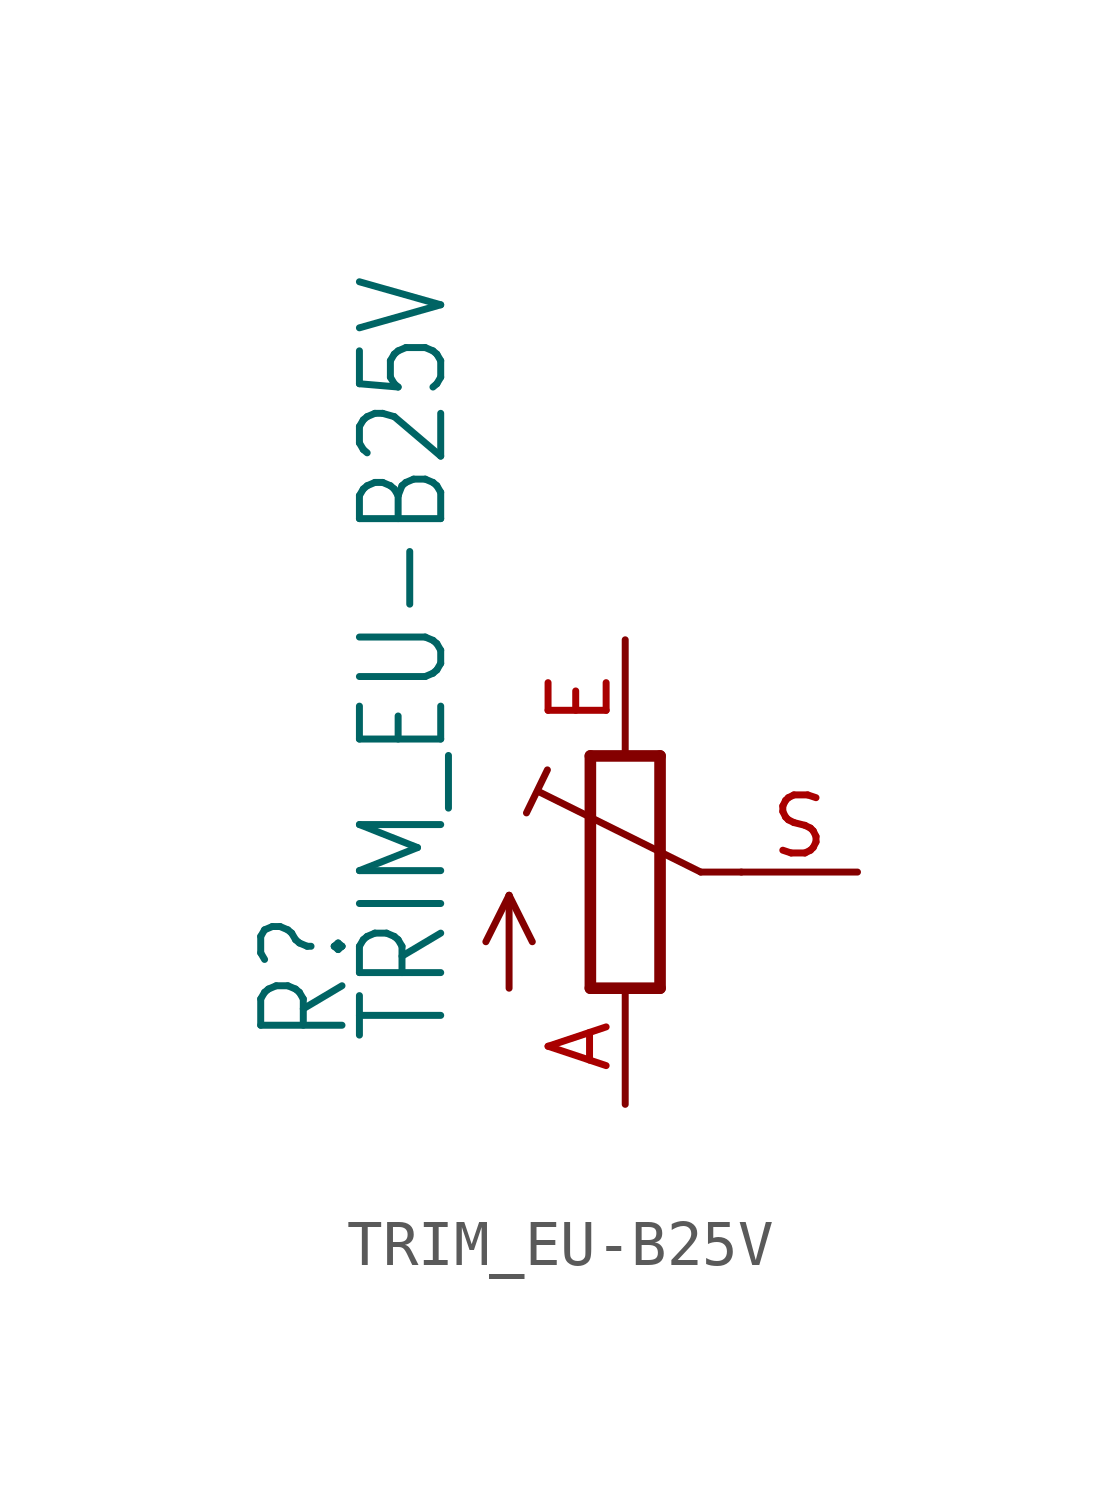
<source format=kicad_sym>
(kicad_symbol_lib
  (version 20211014)
  (generator kicad_symbol_editor)
  (symbol "TRIM_EU-B25V"
    (property "Reference" "R"
      (at -5.969 -3.81 90)
      (effects (font (size 1.778 1.511)) (justify left bottom)))
    (property "Value" "TRIM_EU-B25V"
      (at -3.81 -3.81 90)
      (effects (font (size 1.778 1.511)) (justify left bottom)))
    (property "ki_locked" ""
      (at 0 0 0)
      (effects (font (size 1.27 1.27))))
    (symbol "TRIM_EU-B25V_1_0"
      (polyline (pts (xy -2.54 -2.54) (xy -2.54 -0.508)) (stroke (width 0.152) (type default) (color 0 0 0 0)) (fill (type none)))
      (polyline (pts (xy -2.54 -0.508) (xy -3.048 -1.524)) (stroke (width 0.152) (type default) (color 0 0 0 0)) (fill (type none)))
      (polyline (pts (xy -2.54 -0.508) (xy -2.032 -1.524)) (stroke (width 0.152) (type default) (color 0 0 0 0)) (fill (type none)))
      (polyline (pts (xy -2.16 1.294) (xy -1.702 2.235)) (stroke (width 0.152) (type default) (color 0 0 0 0)) (fill (type none)))
      (polyline (pts (xy -0.762 -2.54) (xy 0.762 -2.54)) (stroke (width 0.254) (type default) (color 0 0 0 0)) (fill (type none)))
      (polyline (pts (xy -0.762 2.54) (xy -0.762 -2.54)) (stroke (width 0.254) (type default) (color 0 0 0 0)) (fill (type none)))
      (polyline (pts (xy 0.762 -2.54) (xy 0.762 2.54)) (stroke (width 0.254) (type default) (color 0 0 0 0)) (fill (type none)))
      (polyline (pts (xy 0.762 2.54) (xy -0.762 2.54)) (stroke (width 0.254) (type default) (color 0 0 0 0)) (fill (type none)))
      (polyline (pts (xy 1.651 0) (xy -1.88 1.753)) (stroke (width 0.152) (type default) (color 0 0 0 0)) (fill (type none)))
      (polyline (pts (xy 2.54 0) (xy 1.651 0)) (stroke (width 0.152) (type default) (color 0 0 0 0)) (fill (type none)))
      (pin passive line (at 0 -5.08 90) (length 2.54) (name "A" (effects (font (size 0 0)))) (number "A" (effects (font (size 1.27 1.27)))))
      (pin passive line (at 0 5.08 270) (length 2.54) (name "E" (effects (font (size 0 0)))) (number "E" (effects (font (size 1.27 1.27)))))
      (pin passive line (at 5.08 0 180) (length 2.54) (name "S" (effects (font (size 0 0)))) (number "S" (effects (font (size 1.27 1.27))))))))
</source>
